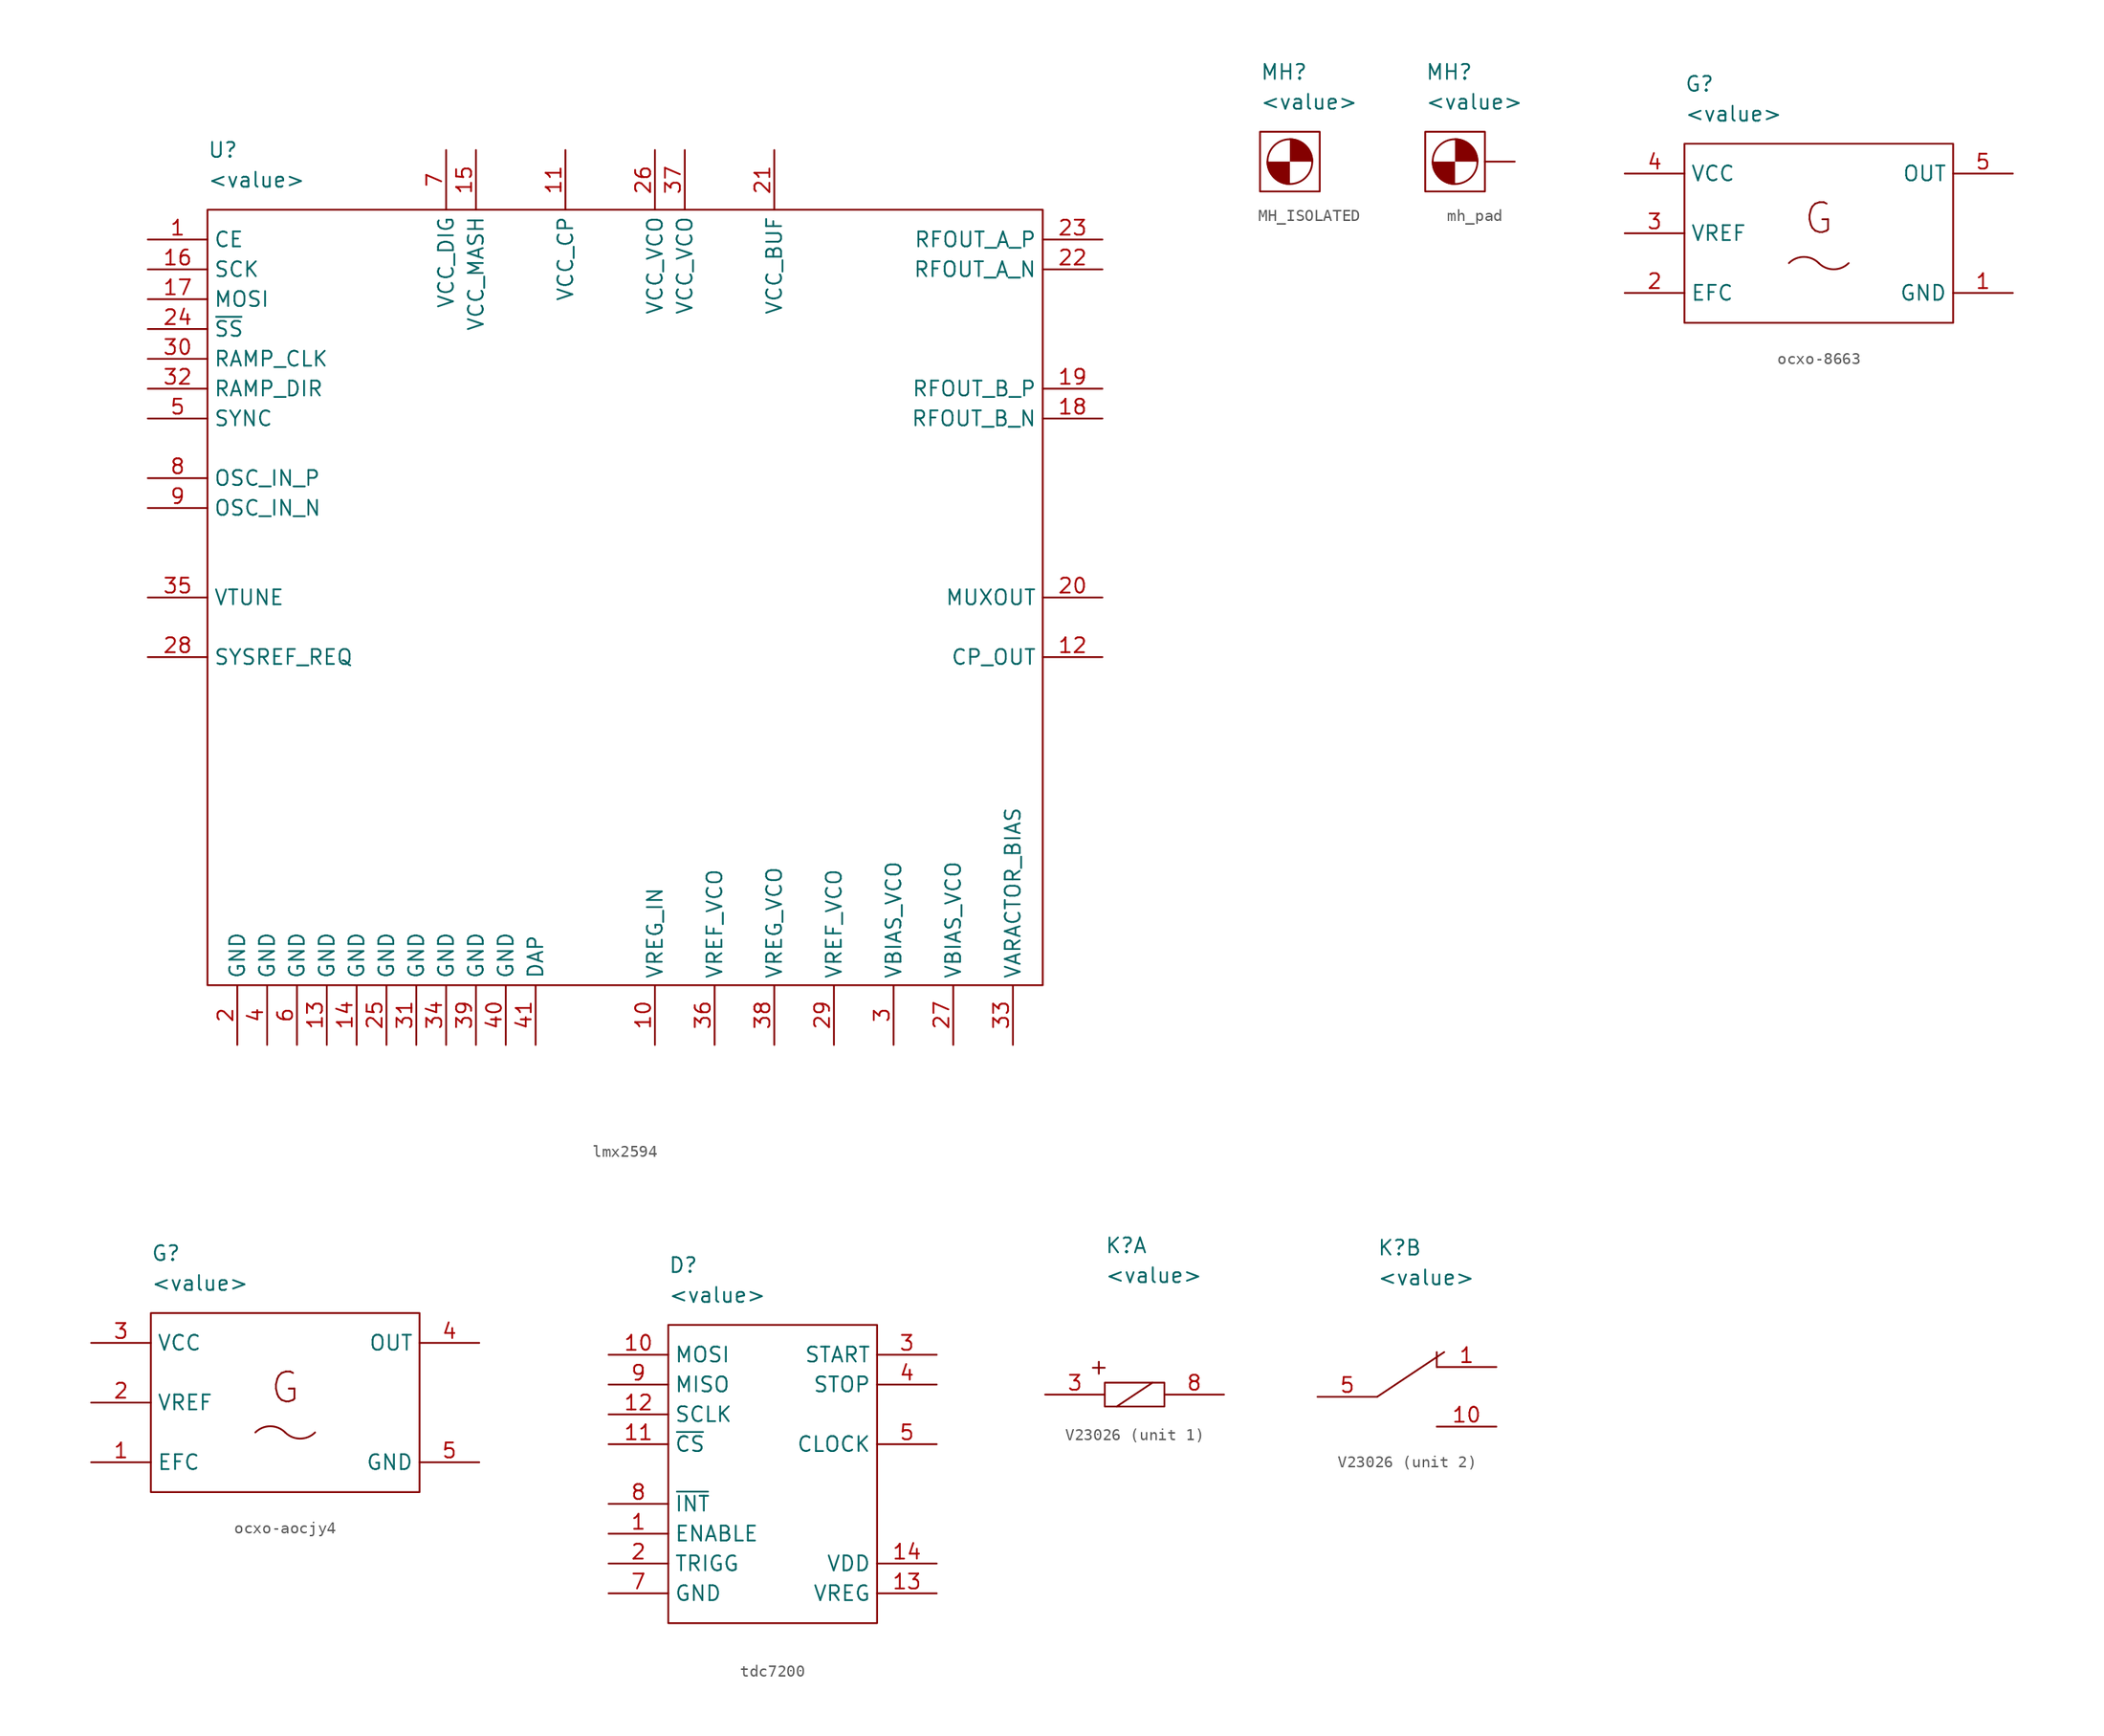
<source format=kicad_sym>
(kicad_symbol_lib
  (version 20231120)
  (generator "kicad_symbol_editor")
  (generator_version "8.0")
  (symbol "lmx2594"
    (property "Reference" "U"
      (at 5.08 15.24 0)
      (effects (font (size 1.27 1.27)) (justify left)))
    (property "Value" "<value>"
      (at 5.08 12.7 0)
      (effects (font (size 1.27 1.27)) (justify left)))
    (symbol "lmx2594_0_1"
      (rectangle (start 5.08 10.16) (end 76.2 -55.88) (stroke (width 0) (type default)) (fill (type none))))
    (symbol "lmx2594_1_1"
      (pin input line (at 0 7.62 0) (length 5.08) (name "CE" (effects (font (size 1.27 1.27)))) (number "1" (effects (font (size 1.27 1.27)))))
      (pin passive line (at 43.18 -60.96 90) (length 5.08) (name "VREG_IN" (effects (font (size 1.27 1.27)))) (number "10" (effects (font (size 1.27 1.27)))))
      (pin power_in line (at 35.56 15.24 270) (length 5.08) (name "VCC_CP" (effects (font (size 1.27 1.27)))) (number "11" (effects (font (size 1.27 1.27)))))
      (pin output line (at 81.28 -27.94 180) (length 5.08) (name "CP_OUT" (effects (font (size 1.27 1.27)))) (number "12" (effects (font (size 1.27 1.27)))))
      (pin power_in line (at 15.24 -60.96 90) (length 5.08) (name "GND" (effects (font (size 1.27 1.27)))) (number "13" (effects (font (size 1.27 1.27)))))
      (pin power_in line (at 17.78 -60.96 90) (length 5.08) (name "GND" (effects (font (size 1.27 1.27)))) (number "14" (effects (font (size 1.27 1.27)))))
      (pin power_in line (at 27.94 15.24 270) (length 5.08) (name "VCC_MASH" (effects (font (size 1.27 1.27)))) (number "15" (effects (font (size 1.27 1.27)))))
      (pin input line (at 0 5.08 0) (length 5.08) (name "SCK" (effects (font (size 1.27 1.27)))) (number "16" (effects (font (size 1.27 1.27)))))
      (pin input line (at 0 2.54 0) (length 5.08) (name "MOSI" (effects (font (size 1.27 1.27)))) (number "17" (effects (font (size 1.27 1.27)))))
      (pin output line (at 81.28 -7.62 180) (length 5.08) (name "RFOUT_B_N" (effects (font (size 1.27 1.27)))) (number "18" (effects (font (size 1.27 1.27)))))
      (pin output line (at 81.28 -5.08 180) (length 5.08) (name "RFOUT_B_P" (effects (font (size 1.27 1.27)))) (number "19" (effects (font (size 1.27 1.27)))))
      (pin power_in line (at 7.62 -60.96 90) (length 5.08) (name "GND" (effects (font (size 1.27 1.27)))) (number "2" (effects (font (size 1.27 1.27)))))
      (pin output line (at 81.28 -22.86 180) (length 5.08) (name "MUXOUT" (effects (font (size 1.27 1.27)))) (number "20" (effects (font (size 1.27 1.27)))))
      (pin power_in line (at 53.34 15.24 270) (length 5.08) (name "VCC_BUF" (effects (font (size 1.27 1.27)))) (number "21" (effects (font (size 1.27 1.27)))))
      (pin output line (at 81.28 5.08 180) (length 5.08) (name "RFOUT_A_N" (effects (font (size 1.27 1.27)))) (number "22" (effects (font (size 1.27 1.27)))))
      (pin output line (at 81.28 7.62 180) (length 5.08) (name "RFOUT_A_P" (effects (font (size 1.27 1.27)))) (number "23" (effects (font (size 1.27 1.27)))))
      (pin input line (at 0 0 0) (length 5.08) (name "~{SS}" (effects (font (size 1.27 1.27)))) (number "24" (effects (font (size 1.27 1.27)))))
      (pin power_in line (at 20.32 -60.96 90) (length 5.08) (name "GND" (effects (font (size 1.27 1.27)))) (number "25" (effects (font (size 1.27 1.27)))))
      (pin power_in line (at 43.18 15.24 270) (length 5.08) (name "VCC_VCO" (effects (font (size 1.27 1.27)))) (number "26" (effects (font (size 1.27 1.27)))))
      (pin passive line (at 68.58 -60.96 90) (length 5.08) (name "VBIAS_VCO" (effects (font (size 1.27 1.27)))) (number "27" (effects (font (size 1.27 1.27)))))
      (pin input line (at 0 -27.94 0) (length 5.08) (name "SYSREF_REQ" (effects (font (size 1.27 1.27)))) (number "28" (effects (font (size 1.27 1.27)))))
      (pin passive line (at 58.42 -60.96 90) (length 5.08) (name "VREF_VCO" (effects (font (size 1.27 1.27)))) (number "29" (effects (font (size 1.27 1.27)))))
      (pin passive line (at 63.5 -60.96 90) (length 5.08) (name "VBIAS_VCO" (effects (font (size 1.27 1.27)))) (number "3" (effects (font (size 1.27 1.27)))))
      (pin input line (at 0 -2.54 0) (length 5.08) (name "RAMP_CLK" (effects (font (size 1.27 1.27)))) (number "30" (effects (font (size 1.27 1.27)))))
      (pin power_in line (at 22.86 -60.96 90) (length 5.08) (name "GND" (effects (font (size 1.27 1.27)))) (number "31" (effects (font (size 1.27 1.27)))))
      (pin input line (at 0 -5.08 0) (length 5.08) (name "RAMP_DIR" (effects (font (size 1.27 1.27)))) (number "32" (effects (font (size 1.27 1.27)))))
      (pin passive line (at 73.66 -60.96 90) (length 5.08) (name "VARACTOR_BIAS" (effects (font (size 1.27 1.27)))) (number "33" (effects (font (size 1.27 1.27)))))
      (pin power_in line (at 25.4 -60.96 90) (length 5.08) (name "GND" (effects (font (size 1.27 1.27)))) (number "34" (effects (font (size 1.27 1.27)))))
      (pin input line (at 0 -22.86 0) (length 5.08) (name "VTUNE" (effects (font (size 1.27 1.27)))) (number "35" (effects (font (size 1.27 1.27)))))
      (pin passive line (at 48.26 -60.96 90) (length 5.08) (name "VREF_VCO" (effects (font (size 1.27 1.27)))) (number "36" (effects (font (size 1.27 1.27)))))
      (pin power_in line (at 45.72 15.24 270) (length 5.08) (name "VCC_VCO" (effects (font (size 1.27 1.27)))) (number "37" (effects (font (size 1.27 1.27)))))
      (pin passive line (at 53.34 -60.96 90) (length 5.08) (name "VREG_VCO" (effects (font (size 1.27 1.27)))) (number "38" (effects (font (size 1.27 1.27)))))
      (pin power_in line (at 27.94 -60.96 90) (length 5.08) (name "GND" (effects (font (size 1.27 1.27)))) (number "39" (effects (font (size 1.27 1.27)))))
      (pin power_in line (at 10.16 -60.96 90) (length 5.08) (name "GND" (effects (font (size 1.27 1.27)))) (number "4" (effects (font (size 1.27 1.27)))))
      (pin power_in line (at 30.48 -60.96 90) (length 5.08) (name "GND" (effects (font (size 1.27 1.27)))) (number "40" (effects (font (size 1.27 1.27)))))
      (pin power_in line (at 33.02 -60.96 90) (length 5.08) (name "DAP" (effects (font (size 1.27 1.27)))) (number "41" (effects (font (size 1.27 1.27)))))
      (pin input line (at 0 -7.62 0) (length 5.08) (name "SYNC" (effects (font (size 1.27 1.27)))) (number "5" (effects (font (size 1.27 1.27)))))
      (pin power_in line (at 12.7 -60.96 90) (length 5.08) (name "GND" (effects (font (size 1.27 1.27)))) (number "6" (effects (font (size 1.27 1.27)))))
      (pin power_in line (at 25.4 15.24 270) (length 5.08) (name "VCC_DIG" (effects (font (size 1.27 1.27)))) (number "7" (effects (font (size 1.27 1.27)))))
      (pin input line (at 0 -12.7 0) (length 5.08) (name "OSC_IN_P" (effects (font (size 1.27 1.27)))) (number "8" (effects (font (size 1.27 1.27)))))
      (pin input line (at 0 -15.24 0) (length 5.08) (name "OSC_IN_N" (effects (font (size 1.27 1.27)))) (number "9" (effects (font (size 1.27 1.27)))))))
  (symbol "MH_ISOLATED"
    (pin_numbers hide)
    (pin_names hide)
    (property "Reference" "MH"
      (at -2.54 7.62 0)
      (effects (font (size 1.27 1.27)) (justify left)))
    (property "Value" "<value>"
      (at -2.54 5.08 0)
      (effects (font (size 1.27 1.27)) (justify left)))
    (symbol "MH_ISOLATED_0_1"
      (rectangle (start -2.54 2.54) (end 2.54 -2.54) (stroke (width 0) (type default)) (fill (type none)))
      (circle (center 0 0) (radius 1.905) (stroke (width 0) (type default)) (fill (type none))))
    (symbol "MH_ISOLATED_1_1"
      (arc (start -1.905 0) (mid -1.347 -1.347) (end 0 -1.905) (stroke (width 0) (type default)) (fill (type outline)))
      (arc (start 1.905 0) (mid 1.347 1.347) (end 0 1.905) (stroke (width 0) (type default)) (fill (type outline)))))
  (symbol "mh_pad"
    (pin_numbers hide)
    (pin_names hide)
    (property "Reference" "MH"
      (at -2.54 7.62 0)
      (effects (font (size 1.27 1.27)) (justify left)))
    (property "Value" "<value>"
      (at -2.54 5.08 0)
      (effects (font (size 1.27 1.27)) (justify left)))
    (symbol "mh_pad_0_1"
      (rectangle (start -2.54 2.54) (end 2.54 -2.54) (stroke (width 0) (type default)) (fill (type none)))
      (arc (start -1.905 0) (mid -1.347 -1.347) (end 0 -1.905) (stroke (width 0) (type default)) (fill (type outline)))
      (circle (center 0 0) (radius 1.905) (stroke (width 0) (type default)) (fill (type none)))
      (arc (start 1.905 0) (mid 1.347 1.347) (end 0 1.905) (stroke (width 0) (type default)) (fill (type outline))))
    (symbol "mh_pad_1_1"
      (pin passive line (at 5.08 0 180) (length 2.54) (name "1" (effects (font (size 1.27 1.27)))) (number "1" (effects (font (size 1.27 1.27)))))))
  (symbol "ocxo-8663"
    (property "Reference" "G"
      (at 5.08 5.08 0)
      (effects (font (size 1.27 1.27)) (justify left)))
    (property "Value" "<value>"
      (at 5.08 2.54 0)
      (effects (font (size 1.27 1.27)) (justify left)))
    (symbol "ocxo-8663_0_1"
      (arc (start 16.51 -10.1601) (mid 17.78 -10.6861) (end 19.05 -10.1601) (stroke (width 0) (type default)) (fill (type none)))
      (arc (start 16.51 -10.1598) (mid 15.24 -9.6338) (end 13.97 -10.1598) (stroke (width 0) (type default)) (fill (type none))))
    (symbol "ocxo-8663_1_1"
      (rectangle (start 5.08 0) (end 27.94 -15.24) (stroke (width 0) (type default)) (fill (type none)))
      (text "G" (at 16.51 -6.35 0) (effects (font (size 2.54 2.54))))
      (pin power_in line (at 33.02 -12.7 180) (length 5.08) (name "GND" (effects (font (size 1.27 1.27)))) (number "1" (effects (font (size 1.27 1.27)))))
      (pin input line (at 0 -12.7 0) (length 5.08) (name "EFC" (effects (font (size 1.27 1.27)))) (number "2" (effects (font (size 1.27 1.27)))))
      (pin output line (at 0 -7.62 0) (length 5.08) (name "VREF" (effects (font (size 1.27 1.27)))) (number "3" (effects (font (size 1.27 1.27)))))
      (pin power_in line (at 0 -2.54 0) (length 5.08) (name "VCC" (effects (font (size 1.27 1.27)))) (number "4" (effects (font (size 1.27 1.27)))))
      (pin output line (at 33.02 -2.54 180) (length 5.08) (name "OUT" (effects (font (size 1.27 1.27)))) (number "5" (effects (font (size 1.27 1.27)))))))
  (symbol "ocxo-aocjy4"
    (property "Reference" "G"
      (at 5.08 5.08 0)
      (effects (font (size 1.27 1.27)) (justify left)))
    (property "Value" "<value>"
      (at 5.08 2.54 0)
      (effects (font (size 1.27 1.27)) (justify left)))
    (symbol "ocxo-aocjy4_0_1"
      (arc (start 16.51 -10.1601) (mid 17.78 -10.6861) (end 19.05 -10.1601) (stroke (width 0) (type default)) (fill (type none)))
      (arc (start 16.51 -10.1598) (mid 15.24 -9.6338) (end 13.97 -10.1598) (stroke (width 0) (type default)) (fill (type none))))
    (symbol "ocxo-aocjy4_1_1"
      (rectangle (start 5.08 0) (end 27.94 -15.24) (stroke (width 0) (type default)) (fill (type none)))
      (text "G" (at 16.51 -6.35 0) (effects (font (size 2.54 2.54))))
      (pin input line (at 0 -12.7 0) (length 5.08) (name "EFC" (effects (font (size 1.27 1.27)))) (number "1" (effects (font (size 1.27 1.27)))))
      (pin output line (at 0 -7.62 0) (length 5.08) (name "VREF" (effects (font (size 1.27 1.27)))) (number "2" (effects (font (size 1.27 1.27)))))
      (pin power_in line (at 0 -2.54 0) (length 5.08) (name "VCC" (effects (font (size 1.27 1.27)))) (number "3" (effects (font (size 1.27 1.27)))))
      (pin output line (at 33.02 -2.54 180) (length 5.08) (name "OUT" (effects (font (size 1.27 1.27)))) (number "4" (effects (font (size 1.27 1.27)))))
      (pin power_in line (at 33.02 -12.7 180) (length 5.08) (name "GND" (effects (font (size 1.27 1.27)))) (number "5" (effects (font (size 1.27 1.27)))))))
  (symbol "tdc7200"
    (property "Reference" "D"
      (at 5.08 5.08 0)
      (effects (font (size 1.27 1.27)) (justify left)))
    (property "Value" "<value>"
      (at 5.08 2.54 0)
      (effects (font (size 1.27 1.27)) (justify left)))
    (symbol "tdc7200_0_1"
      (rectangle (start 5.08 0) (end 22.86 -25.4) (stroke (width 0) (type default)) (fill (type none))))
    (symbol "tdc7200_1_1"
      (pin input line (at 0 -17.78 0) (length 5.08) (name "ENABLE" (effects (font (size 1.27 1.27)))) (number "1" (effects (font (size 1.27 1.27)))))
      (pin input line (at 0 -2.54 0) (length 5.08) (name "MOSI" (effects (font (size 1.27 1.27)))) (number "10" (effects (font (size 1.27 1.27)))))
      (pin input line (at 0 -10.16 0) (length 5.08) (name "~{CS}" (effects (font (size 1.27 1.27)))) (number "11" (effects (font (size 1.27 1.27)))))
      (pin input line (at 0 -7.62 0) (length 5.08) (name "SCLK" (effects (font (size 1.27 1.27)))) (number "12" (effects (font (size 1.27 1.27)))))
      (pin output line (at 27.94 -22.86 180) (length 5.08) (name "VREG" (effects (font (size 1.27 1.27)))) (number "13" (effects (font (size 1.27 1.27)))))
      (pin power_in line (at 27.94 -20.32 180) (length 5.08) (name "VDD" (effects (font (size 1.27 1.27)))) (number "14" (effects (font (size 1.27 1.27)))))
      (pin output line (at 0 -20.32 0) (length 5.08) (name "TRIGG" (effects (font (size 1.27 1.27)))) (number "2" (effects (font (size 1.27 1.27)))))
      (pin input line (at 27.94 -2.54 180) (length 5.08) (name "START" (effects (font (size 1.27 1.27)))) (number "3" (effects (font (size 1.27 1.27)))))
      (pin input line (at 27.94 -5.08 180) (length 5.08) (name "STOP" (effects (font (size 1.27 1.27)))) (number "4" (effects (font (size 1.27 1.27)))))
      (pin input line (at 27.94 -10.16 180) (length 5.08) (name "CLOCK" (effects (font (size 1.27 1.27)))) (number "5" (effects (font (size 1.27 1.27)))))
      (pin power_in line (at 0 -22.86 0) (length 5.08) (name "GND" (effects (font (size 1.27 1.27)))) (number "7" (effects (font (size 1.27 1.27)))))
      (pin open_collector line (at 0 -15.24 0) (length 5.08) (name "~{INT}" (effects (font (size 1.27 1.27)))) (number "8" (effects (font (size 1.27 1.27)))))
      (pin output line (at 0 -5.08 0) (length 5.08) (name "MISO" (effects (font (size 1.27 1.27)))) (number "9" (effects (font (size 1.27 1.27)))))))
  (symbol "V23026"
    (pin_names hide)
    (property "Reference" "K"
      (at -2.54 12.7 0)
      (effects (font (size 1.27 1.27)) (justify left)))
    (property "Value" "<value>"
      (at -2.54 10.16 0)
      (effects (font (size 1.27 1.27)) (justify left)))
    (property "ki_locked" ""
      (at 0 0 0)
      (effects (font (size 1.27 1.27))))
    (symbol "V23026_1_1"
      (rectangle (start -2.54 1.016) (end 2.54 -1.016) (stroke (width 0) (type default)) (fill (type none)))
      (polyline (pts (xy -3.556 2.286) (xy -2.54 2.286)) (stroke (width 0) (type default)) (fill (type none)))
      (polyline (pts (xy -3.048 1.778) (xy -3.048 2.794)) (stroke (width 0) (type default)) (fill (type none)))
      (polyline (pts (xy -1.524 -1.016) (xy 1.524 1.016)) (stroke (width 0) (type default)) (fill (type none)))
      (pin passive line (at -7.62 0 0) (length 5.08) (name "" (effects (font (size 1.27 1.27)))) (number "3" (effects (font (size 1.27 1.27)))))
      (pin passive line (at 7.62 0 180) (length 5.08) (name "" (effects (font (size 1.27 1.27)))) (number "8" (effects (font (size 1.27 1.27))))))
    (symbol "V23026_2_1"
      (polyline (pts (xy -2.54 0) (xy 3.175 3.81)) (stroke (width 0) (type default)) (fill (type none)))
      (polyline (pts (xy 2.54 2.54) (xy 2.54 3.81)) (stroke (width 0) (type default)) (fill (type none)))
      (pin passive line (at 7.62 2.54 180) (length 5.08) (name "" (effects (font (size 1.27 1.27)))) (number "1" (effects (font (size 1.27 1.27)))))
      (pin passive line (at 7.62 -2.54 180) (length 5.08) (name "" (effects (font (size 1.27 1.27)))) (number "10" (effects (font (size 1.27 1.27)))))
      (pin passive line (at -7.62 0 0) (length 5.08) (name "" (effects (font (size 1.27 1.27)))) (number "5" (effects (font (size 1.27 1.27))))))))
</source>
